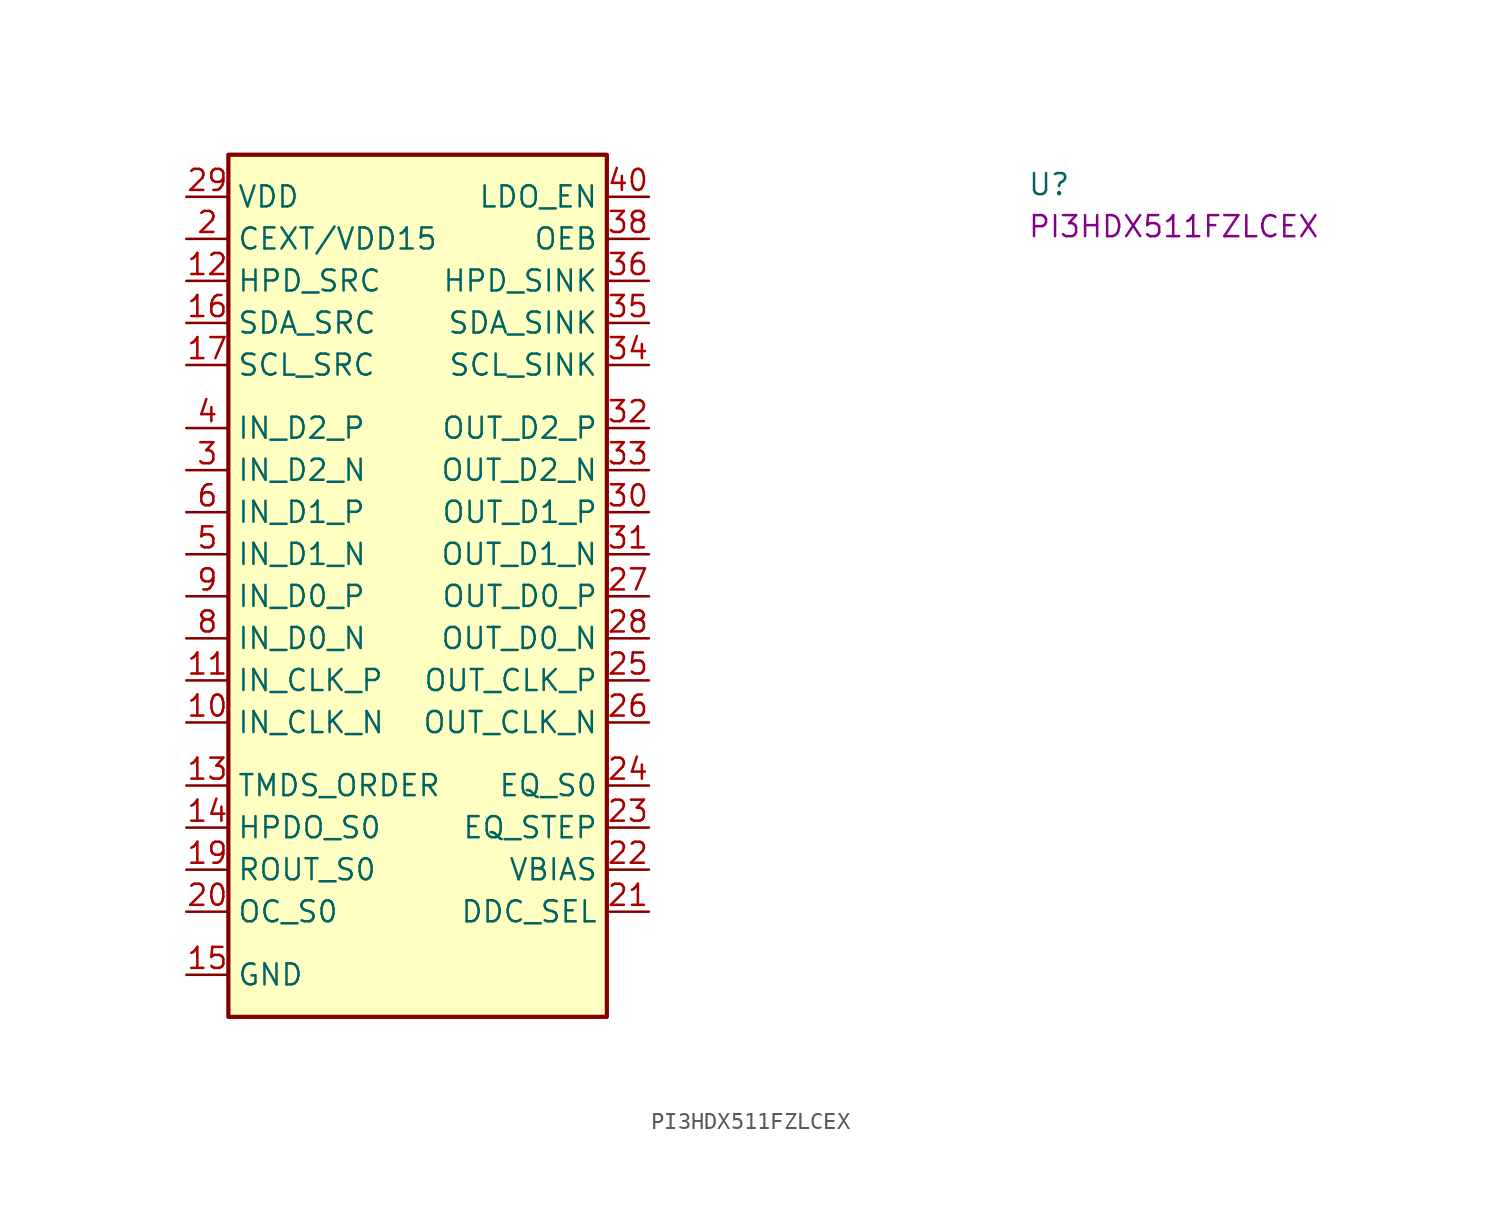
<source format=kicad_sym>
(kicad_symbol_lib
  (version 20220914)
  (generator kicad_symbol_editor)
  (symbol "PI3HDX511FZLCEX"
    (property "Reference" "U"
      (at 50.8 0 0)
      (effects (font (size 1.27 1.27) (thickness 0.15)) (justify left bottom)))
    (property "MPN" "PI3HDX511FZLCEX"
      (at 50.8 -2.54 0)
      (effects (font (size 1.27 1.27) (thickness 0.15)) (justify left bottom)))
    (symbol "PI3HDX511FZLCEX_1_1"
      (rectangle (start 2.54 2.54) (end 25.4 -49.53) (stroke (width 0.254) (type default)) (fill (type background)))
      (pin power_in line (at 0 0 0) (length 2.54) hide (name "VDD" (effects (font (size 1.27 1.27)))) (number "1" (effects (font (size 1.27 1.27)))))
      (pin input line (at 0 -31.75 0) (length 2.54) (name "IN_CLK_N" (effects (font (size 1.27 1.27)))) (number "10" (effects (font (size 1.27 1.27)))))
      (pin input line (at 0 -29.21 0) (length 2.54) (name "IN_CLK_P" (effects (font (size 1.27 1.27)))) (number "11" (effects (font (size 1.27 1.27)))))
      (pin output line (at 0 -5.08 0) (length 2.54) (name "HPD_SRC" (effects (font (size 1.27 1.27)))) (number "12" (effects (font (size 1.27 1.27)))))
      (pin input line (at 0 -35.56 0) (length 2.54) (name "TMDS_ORDER" (effects (font (size 1.27 1.27)))) (number "13" (effects (font (size 1.27 1.27)))))
      (pin input line (at 0 -38.1 0) (length 2.54) (name "HPDO_S0" (effects (font (size 1.27 1.27)))) (number "14" (effects (font (size 1.27 1.27)))))
      (pin power_in line (at 0 -46.99 0) (length 2.54) (name "GND" (effects (font (size 1.27 1.27)))) (number "15" (effects (font (size 1.27 1.27)))))
      (pin bidirectional line (at 0 -7.62 0) (length 2.54) (name "SDA_SRC" (effects (font (size 1.27 1.27)))) (number "16" (effects (font (size 1.27 1.27)))))
      (pin bidirectional line (at 0 -10.16 0) (length 2.54) (name "SCL_SRC" (effects (font (size 1.27 1.27)))) (number "17" (effects (font (size 1.27 1.27)))))
      (pin power_in line (at 0 -46.99 0) (length 2.54) hide (name "GND" (effects (font (size 1.27 1.27)))) (number "18" (effects (font (size 1.27 1.27)))))
      (pin input line (at 0 -40.64 0) (length 2.54) (name "ROUT_S0" (effects (font (size 1.27 1.27)))) (number "19" (effects (font (size 1.27 1.27)))))
      (pin power_in line (at 0 -2.54 0) (length 2.54) (name "CEXT/VDD15" (effects (font (size 1.27 1.27)))) (number "2" (effects (font (size 1.27 1.27)))))
      (pin input line (at 0 -43.18 0) (length 2.54) (name "OC_S0" (effects (font (size 1.27 1.27)))) (number "20" (effects (font (size 1.27 1.27)))))
      (pin input line (at 27.94 -43.18 180) (length 2.54) (name "DDC_SEL" (effects (font (size 1.27 1.27)))) (number "21" (effects (font (size 1.27 1.27)))))
      (pin input line (at 27.94 -40.64 180) (length 2.54) (name "VBIAS" (effects (font (size 1.27 1.27)))) (number "22" (effects (font (size 1.27 1.27)))))
      (pin input line (at 27.94 -38.1 180) (length 2.54) (name "EQ_STEP" (effects (font (size 1.27 1.27)))) (number "23" (effects (font (size 1.27 1.27)))))
      (pin input line (at 27.94 -35.56 180) (length 2.54) (name "EQ_S0" (effects (font (size 1.27 1.27)))) (number "24" (effects (font (size 1.27 1.27)))))
      (pin output line (at 27.94 -29.21 180) (length 2.54) (name "OUT_CLK_P" (effects (font (size 1.27 1.27)))) (number "25" (effects (font (size 1.27 1.27)))))
      (pin output line (at 27.94 -31.75 180) (length 2.54) (name "OUT_CLK_N" (effects (font (size 1.27 1.27)))) (number "26" (effects (font (size 1.27 1.27)))))
      (pin output line (at 27.94 -24.13 180) (length 2.54) (name "OUT_D0_P" (effects (font (size 1.27 1.27)))) (number "27" (effects (font (size 1.27 1.27)))))
      (pin output line (at 27.94 -26.67 180) (length 2.54) (name "OUT_D0_N" (effects (font (size 1.27 1.27)))) (number "28" (effects (font (size 1.27 1.27)))))
      (pin power_in line (at 0 0 0) (length 2.54) (name "VDD" (effects (font (size 1.27 1.27)))) (number "29" (effects (font (size 1.27 1.27)))))
      (pin input line (at 0 -16.51 0) (length 2.54) (name "IN_D2_N" (effects (font (size 1.27 1.27)))) (number "3" (effects (font (size 1.27 1.27)))))
      (pin output line (at 27.94 -19.05 180) (length 2.54) (name "OUT_D1_P" (effects (font (size 1.27 1.27)))) (number "30" (effects (font (size 1.27 1.27)))))
      (pin output line (at 27.94 -21.59 180) (length 2.54) (name "OUT_D1_N" (effects (font (size 1.27 1.27)))) (number "31" (effects (font (size 1.27 1.27)))))
      (pin output line (at 27.94 -13.97 180) (length 2.54) (name "OUT_D2_P" (effects (font (size 1.27 1.27)))) (number "32" (effects (font (size 1.27 1.27)))))
      (pin output line (at 27.94 -16.51 180) (length 2.54) (name "OUT_D2_N" (effects (font (size 1.27 1.27)))) (number "33" (effects (font (size 1.27 1.27)))))
      (pin bidirectional line (at 27.94 -10.16 180) (length 2.54) (name "SCL_SINK" (effects (font (size 1.27 1.27)))) (number "34" (effects (font (size 1.27 1.27)))))
      (pin bidirectional line (at 27.94 -7.62 180) (length 2.54) (name "SDA_SINK" (effects (font (size 1.27 1.27)))) (number "35" (effects (font (size 1.27 1.27)))))
      (pin input line (at 27.94 -5.08 180) (length 2.54) (name "HPD_SINK" (effects (font (size 1.27 1.27)))) (number "36" (effects (font (size 1.27 1.27)))))
      (pin power_in line (at 0 -46.99 0) (length 2.54) hide (name "GND" (effects (font (size 1.27 1.27)))) (number "37" (effects (font (size 1.27 1.27)))))
      (pin input line (at 27.94 -2.54 180) (length 2.54) (name "OEB" (effects (font (size 1.27 1.27)))) (number "38" (effects (font (size 1.27 1.27)))))
      (pin power_in line (at 0 -46.99 0) (length 2.54) hide (name "GND" (effects (font (size 1.27 1.27)))) (number "39" (effects (font (size 1.27 1.27)))))
      (pin input line (at 0 -13.97 0) (length 2.54) (name "IN_D2_P" (effects (font (size 1.27 1.27)))) (number "4" (effects (font (size 1.27 1.27)))))
      (pin input line (at 27.94 0 180) (length 2.54) (name "LDO_EN" (effects (font (size 1.27 1.27)))) (number "40" (effects (font (size 1.27 1.27)))))
      (pin power_in line (at 0 -46.99 0) (length 2.54) hide (name "GND" (effects (font (size 1.27 1.27)))) (number "41" (effects (font (size 1.27 1.27)))))
      (pin input line (at 0 -21.59 0) (length 2.54) (name "IN_D1_N" (effects (font (size 1.27 1.27)))) (number "5" (effects (font (size 1.27 1.27)))))
      (pin input line (at 0 -19.05 0) (length 2.54) (name "IN_D1_P" (effects (font (size 1.27 1.27)))) (number "6" (effects (font (size 1.27 1.27)))))
      (pin power_in line (at 0 0 0) (length 2.54) hide (name "VDD" (effects (font (size 1.27 1.27)))) (number "7" (effects (font (size 1.27 1.27)))))
      (pin input line (at 0 -26.67 0) (length 2.54) (name "IN_D0_N" (effects (font (size 1.27 1.27)))) (number "8" (effects (font (size 1.27 1.27)))))
      (pin input line (at 0 -24.13 0) (length 2.54) (name "IN_D0_P" (effects (font (size 1.27 1.27)))) (number "9" (effects (font (size 1.27 1.27))))))))
</source>
